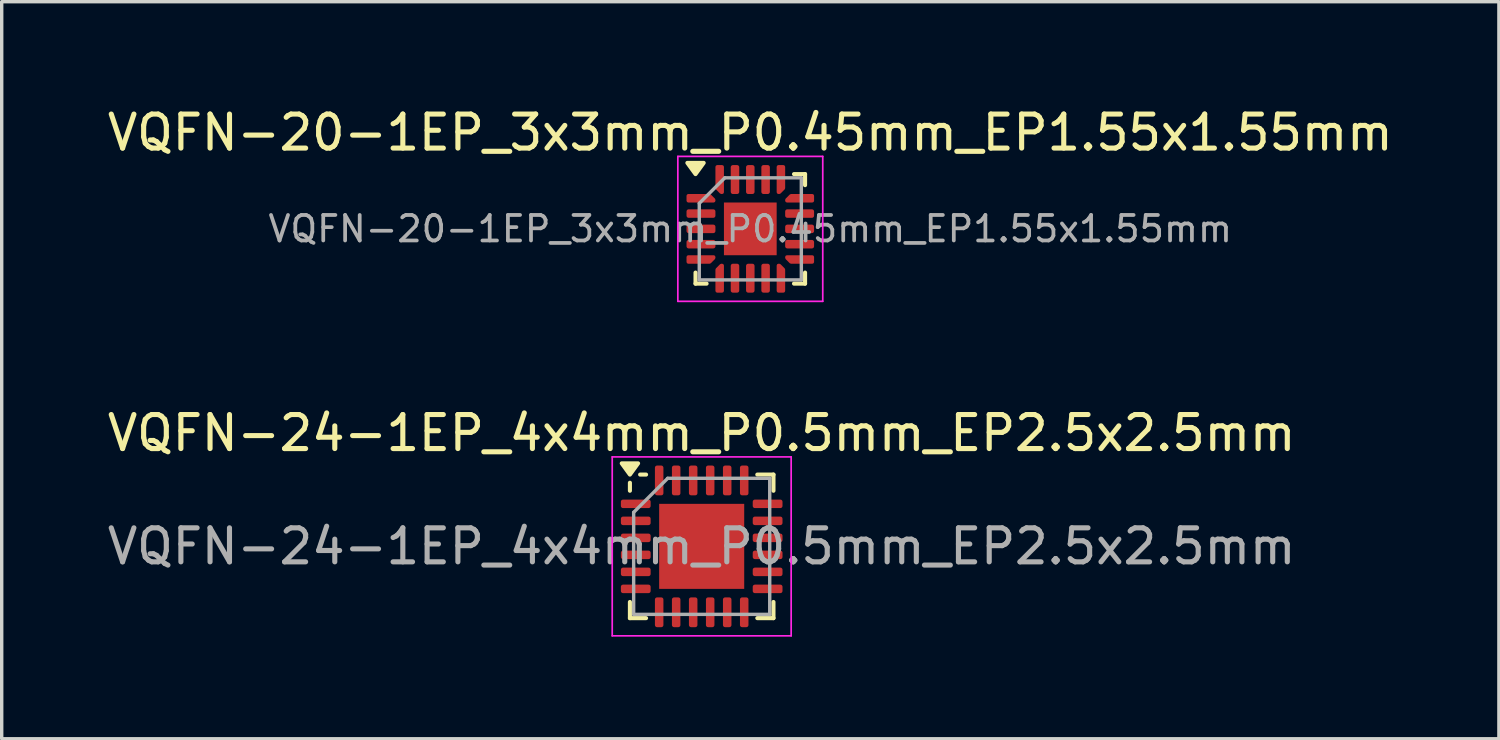
<source format=kicad_pcb>
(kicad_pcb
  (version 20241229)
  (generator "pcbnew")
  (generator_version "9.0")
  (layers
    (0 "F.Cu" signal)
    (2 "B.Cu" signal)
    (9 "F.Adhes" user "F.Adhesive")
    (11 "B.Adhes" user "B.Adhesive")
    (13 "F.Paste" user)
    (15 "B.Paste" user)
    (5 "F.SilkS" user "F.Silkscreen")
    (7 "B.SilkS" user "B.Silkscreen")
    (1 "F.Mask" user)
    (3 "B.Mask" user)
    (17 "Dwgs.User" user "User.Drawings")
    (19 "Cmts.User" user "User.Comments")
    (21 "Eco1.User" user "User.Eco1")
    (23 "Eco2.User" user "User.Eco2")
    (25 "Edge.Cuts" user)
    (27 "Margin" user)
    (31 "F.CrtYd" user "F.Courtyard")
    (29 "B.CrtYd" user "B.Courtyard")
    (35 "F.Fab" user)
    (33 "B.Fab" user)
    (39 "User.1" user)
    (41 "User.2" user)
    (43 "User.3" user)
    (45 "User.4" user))
  (footprint "VQFN-24-1EP_4x4mm_P0.5mm_EP2.5x2.5mm"
    (layer "F.Cu")
    (at 17.577 13.011)
    (property "Reference" "VQFN-24-1EP_4x4mm_P0.5mm_EP2.5x2.5mm" (at 0 -3.33 0) (layer "F.SilkS") (effects (font (size 1 1) (thickness 0.15))))
    (attr smd)
    (fp_line (start -2.11 -1.635) (end -2.11 -1.87) (stroke (width 0.12) (type solid)) (layer "F.SilkS"))
    (fp_line (start -2.11 2.11) (end -2.11 1.635) (stroke (width 0.12) (type solid)) (layer "F.SilkS"))
    (fp_line (start -1.635 -2.11) (end -1.81 -2.11) (stroke (width 0.12) (type solid)) (layer "F.SilkS"))
    (fp_line (start -1.635 2.11) (end -2.11 2.11) (stroke (width 0.12) (type solid)) (layer "F.SilkS"))
    (fp_line (start 1.635 -2.11) (end 2.11 -2.11) (stroke (width 0.12) (type solid)) (layer "F.SilkS"))
    (fp_line (start 1.635 2.11) (end 2.11 2.11) (stroke (width 0.12) (type solid)) (layer "F.SilkS"))
    (fp_line (start 2.11 -2.11) (end 2.11 -1.635) (stroke (width 0.12) (type solid)) (layer "F.SilkS"))
    (fp_line (start 2.11 2.11) (end 2.11 1.635) (stroke (width 0.12) (type solid)) (layer "F.SilkS"))
    (fp_poly (pts (xy -2.11 -2.11) (xy -2.35 -2.44) (xy -1.87 -2.44) (xy -2.11 -2.11)) (stroke (width 0.12) (type solid)) (fill yes) (layer "F.SilkS"))
    (fp_line (start -2.63 -2.63) (end -2.63 2.63) (stroke (width 0.05) (type solid)) (layer "F.CrtYd"))
    (fp_line (start -2.63 2.63) (end 2.63 2.63) (stroke (width 0.05) (type solid)) (layer "F.CrtYd"))
    (fp_line (start 2.63 -2.63) (end -2.63 -2.63) (stroke (width 0.05) (type solid)) (layer "F.CrtYd"))
    (fp_line (start 2.63 2.63) (end 2.63 -2.63) (stroke (width 0.05) (type solid)) (layer "F.CrtYd"))
    (fp_line (start -2 -1) (end -1 -2) (stroke (width 0.1) (type solid)) (layer "F.Fab"))
    (fp_line (start -2 2) (end -2 -1) (stroke (width 0.1) (type solid)) (layer "F.Fab"))
    (fp_line (start -1 -2) (end 2 -2) (stroke (width 0.1) (type solid)) (layer "F.Fab"))
    (fp_line (start 2 -2) (end 2 2) (stroke (width 0.1) (type solid)) (layer "F.Fab"))
    (fp_line (start 2 2) (end -2 2) (stroke (width 0.1) (type solid)) (layer "F.Fab"))
    (fp_text user "${REFERENCE}" (at 0 0 0) (layer "F.Fab") (effects (font (size 1 1) (thickness 0.15))))
    (pad "" smd roundrect (at -0.625 -0.625) (size 1.01 1.01) (layers "F.Paste") (roundrect_rratio 0.248))
    (pad "" smd roundrect (at -0.625 0.625) (size 1.01 1.01) (layers "F.Paste") (roundrect_rratio 0.248))
    (pad "" smd roundrect (at 0.625 -0.625) (size 1.01 1.01) (layers "F.Paste") (roundrect_rratio 0.248))
    (pad "" smd roundrect (at 0.625 0.625) (size 1.01 1.01) (layers "F.Paste") (roundrect_rratio 0.248))
    (pad "1" smd roundrect (at -1.938 -1.25) (size 0.875 0.25) (layers "F.Cu" "F.Mask" "F.Paste") (roundrect_rratio 0.25))
    (pad "2" smd roundrect (at -1.938 -0.75) (size 0.875 0.25) (layers "F.Cu" "F.Mask" "F.Paste") (roundrect_rratio 0.25))
    (pad "3" smd roundrect (at -1.938 -0.25) (size 0.875 0.25) (layers "F.Cu" "F.Mask" "F.Paste") (roundrect_rratio 0.25))
    (pad "4" smd roundrect (at -1.938 0.25) (size 0.875 0.25) (layers "F.Cu" "F.Mask" "F.Paste") (roundrect_rratio 0.25))
    (pad "5" smd roundrect (at -1.938 0.75) (size 0.875 0.25) (layers "F.Cu" "F.Mask" "F.Paste") (roundrect_rratio 0.25))
    (pad "6" smd roundrect (at -1.938 1.25) (size 0.875 0.25) (layers "F.Cu" "F.Mask" "F.Paste") (roundrect_rratio 0.25))
    (pad "7" smd roundrect (at -1.25 1.938) (size 0.25 0.875) (layers "F.Cu" "F.Mask" "F.Paste") (roundrect_rratio 0.25))
    (pad "8" smd roundrect (at -0.75 1.938) (size 0.25 0.875) (layers "F.Cu" "F.Mask" "F.Paste") (roundrect_rratio 0.25))
    (pad "9" smd roundrect (at -0.25 1.938) (size 0.25 0.875) (layers "F.Cu" "F.Mask" "F.Paste") (roundrect_rratio 0.25))
    (pad "10" smd roundrect (at 0.25 1.938) (size 0.25 0.875) (layers "F.Cu" "F.Mask" "F.Paste") (roundrect_rratio 0.25))
    (pad "11" smd roundrect (at 0.75 1.938) (size 0.25 0.875) (layers "F.Cu" "F.Mask" "F.Paste") (roundrect_rratio 0.25))
    (pad "12" smd roundrect (at 1.25 1.938) (size 0.25 0.875) (layers "F.Cu" "F.Mask" "F.Paste") (roundrect_rratio 0.25))
    (pad "13" smd roundrect (at 1.938 1.25) (size 0.875 0.25) (layers "F.Cu" "F.Mask" "F.Paste") (roundrect_rratio 0.25))
    (pad "14" smd roundrect (at 1.938 0.75) (size 0.875 0.25) (layers "F.Cu" "F.Mask" "F.Paste") (roundrect_rratio 0.25))
    (pad "15" smd roundrect (at 1.938 0.25) (size 0.875 0.25) (layers "F.Cu" "F.Mask" "F.Paste") (roundrect_rratio 0.25))
    (pad "16" smd roundrect (at 1.938 -0.25) (size 0.875 0.25) (layers "F.Cu" "F.Mask" "F.Paste") (roundrect_rratio 0.25))
    (pad "17" smd roundrect (at 1.938 -0.75) (size 0.875 0.25) (layers "F.Cu" "F.Mask" "F.Paste") (roundrect_rratio 0.25))
    (pad "18" smd roundrect (at 1.938 -1.25) (size 0.875 0.25) (layers "F.Cu" "F.Mask" "F.Paste") (roundrect_rratio 0.25))
    (pad "19" smd roundrect (at 1.25 -1.938) (size 0.25 0.875) (layers "F.Cu" "F.Mask" "F.Paste") (roundrect_rratio 0.25))
    (pad "20" smd roundrect (at 0.75 -1.938) (size 0.25 0.875) (layers "F.Cu" "F.Mask" "F.Paste") (roundrect_rratio 0.25))
    (pad "21" smd roundrect (at 0.25 -1.938) (size 0.25 0.875) (layers "F.Cu" "F.Mask" "F.Paste") (roundrect_rratio 0.25))
    (pad "22" smd roundrect (at -0.25 -1.938) (size 0.25 0.875) (layers "F.Cu" "F.Mask" "F.Paste") (roundrect_rratio 0.25))
    (pad "23" smd roundrect (at -0.75 -1.938) (size 0.25 0.875) (layers "F.Cu" "F.Mask" "F.Paste") (roundrect_rratio 0.25))
    (pad "24" smd roundrect (at -1.25 -1.938) (size 0.25 0.875) (layers "F.Cu" "F.Mask" "F.Paste") (roundrect_rratio 0.25))
    (pad "25" smd rect (at 0 0) (size 2.5 2.5) (property pad_prop_heatsink) (layers "F.Cu" "F.Mask")))
  (footprint "VQFN-20-1EP_3x3mm_P0.45mm_EP1.55x1.55mm"
    (layer "F.Cu")
    (at 19.006 3.678)
    (property "Reference" "VQFN-20-1EP_3x3mm_P0.45mm_EP1.55x1.55mm" (at 0 -2.83 0) (layer "F.SilkS") (effects (font (size 1 1) (thickness 0.15))))
    (attr smd)
    (fp_line (start -1.61 1.61) (end -1.61 1.285) (stroke (width 0.12) (type solid)) (layer "F.SilkS"))
    (fp_line (start -1.285 1.61) (end -1.61 1.61) (stroke (width 0.12) (type solid)) (layer "F.SilkS"))
    (fp_line (start 1.285 -1.61) (end 1.61 -1.61) (stroke (width 0.12) (type solid)) (layer "F.SilkS"))
    (fp_line (start 1.285 1.61) (end 1.61 1.61) (stroke (width 0.12) (type solid)) (layer "F.SilkS"))
    (fp_line (start 1.61 -1.61) (end 1.61 -1.285) (stroke (width 0.12) (type solid)) (layer "F.SilkS"))
    (fp_line (start 1.61 1.61) (end 1.61 1.285) (stroke (width 0.12) (type solid)) (layer "F.SilkS"))
    (fp_poly (pts (xy -1.61 -1.61) (xy -1.85 -1.94) (xy -1.37 -1.94) (xy -1.61 -1.61)) (stroke (width 0.12) (type solid)) (fill yes) (layer "F.SilkS"))
    (fp_line (start -2.13 -2.13) (end -2.13 2.13) (stroke (width 0.05) (type solid)) (layer "F.CrtYd"))
    (fp_line (start -2.13 2.13) (end 2.13 2.13) (stroke (width 0.05) (type solid)) (layer "F.CrtYd"))
    (fp_line (start 2.13 -2.13) (end -2.13 -2.13) (stroke (width 0.05) (type solid)) (layer "F.CrtYd"))
    (fp_line (start 2.13 2.13) (end 2.13 -2.13) (stroke (width 0.05) (type solid)) (layer "F.CrtYd"))
    (fp_line (start -1.5 -0.75) (end -0.75 -1.5) (stroke (width 0.1) (type solid)) (layer "F.Fab"))
    (fp_line (start -1.5 1.5) (end -1.5 -0.75) (stroke (width 0.1) (type solid)) (layer "F.Fab"))
    (fp_line (start -0.75 -1.5) (end 1.5 -1.5) (stroke (width 0.1) (type solid)) (layer "F.Fab"))
    (fp_line (start 1.5 -1.5) (end 1.5 1.5) (stroke (width 0.1) (type solid)) (layer "F.Fab"))
    (fp_line (start 1.5 1.5) (end -1.5 1.5) (stroke (width 0.1) (type solid)) (layer "F.Fab"))
    (fp_text user "${REFERENCE}" (at 0 0 0) (layer "F.Fab") (effects (font (size 0.75 0.75) (thickness 0.11))))
    (pad "" smd roundrect (at -0.39 -0.39) (size 0.62 0.62) (layers "F.Paste") (roundrect_rratio 0.25))
    (pad "" smd roundrect (at -0.39 0.39) (size 0.62 0.62) (layers "F.Paste") (roundrect_rratio 0.25))
    (pad "" smd roundrect (at 0.39 -0.39) (size 0.62 0.62) (layers "F.Paste") (roundrect_rratio 0.25))
    (pad "" smd roundrect (at 0.39 0.39) (size 0.62 0.62) (layers "F.Paste") (roundrect_rratio 0.25))
    (pad "1" smd custom (at -1.45 -0.9) (size 0.144 0.144) (layers "F.Cu" "F.Mask" "F.Paste") (options (anchor circle)) (primitives (gr_poly (pts (xy -0.375 -0.075) (xy 0.254 -0.075) (xy 0.375 0.046) (xy 0.375 0.075) (xy -0.375 0.075)) (width 0.1) (fill yes))))
    (pad "2" smd roundrect (at -1.45 -0.45) (size 0.85 0.25) (layers "F.Cu" "F.Mask" "F.Paste") (roundrect_rratio 0.25))
    (pad "3" smd roundrect (at -1.45 0) (size 0.85 0.25) (layers "F.Cu" "F.Mask" "F.Paste") (roundrect_rratio 0.25))
    (pad "4" smd roundrect (at -1.45 0.45) (size 0.85 0.25) (layers "F.Cu" "F.Mask" "F.Paste") (roundrect_rratio 0.25))
    (pad "5" smd custom (at -1.45 0.9) (size 0.144 0.144) (layers "F.Cu" "F.Mask" "F.Paste") (options (anchor circle)) (primitives (gr_poly (pts (xy -0.375 -0.075) (xy 0.375 -0.075) (xy 0.375 -0.046) (xy 0.254 0.075) (xy -0.375 0.075)) (width 0.1) (fill yes))))
    (pad "6" smd custom (at -0.9 1.45) (size 0.144 0.144) (layers "F.Cu" "F.Mask" "F.Paste") (options (anchor circle)) (primitives (gr_poly (pts (xy -0.075 -0.254) (xy 0.046 -0.375) (xy 0.075 -0.375) (xy 0.075 0.375) (xy -0.075 0.375)) (width 0.1) (fill yes))))
    (pad "7" smd roundrect (at -0.45 1.45) (size 0.25 0.85) (layers "F.Cu" "F.Mask" "F.Paste") (roundrect_rratio 0.25))
    (pad "8" smd roundrect (at 0 1.45) (size 0.25 0.85) (layers "F.Cu" "F.Mask" "F.Paste") (roundrect_rratio 0.25))
    (pad "9" smd roundrect (at 0.45 1.45) (size 0.25 0.85) (layers "F.Cu" "F.Mask" "F.Paste") (roundrect_rratio 0.25))
    (pad "10" smd custom (at 0.9 1.45) (size 0.144 0.144) (layers "F.Cu" "F.Mask" "F.Paste") (options (anchor circle)) (primitives (gr_poly (pts (xy -0.075 -0.375) (xy -0.046 -0.375) (xy 0.075 -0.254) (xy 0.075 0.375) (xy -0.075 0.375)) (width 0.1) (fill yes))))
    (pad "11" smd custom (at 1.45 0.9) (size 0.144 0.144) (layers "F.Cu" "F.Mask" "F.Paste") (options (anchor circle)) (primitives (gr_poly (pts (xy -0.375 -0.075) (xy 0.375 -0.075) (xy 0.375 0.075) (xy -0.254 0.075) (xy -0.375 -0.046)) (width 0.1) (fill yes))))
    (pad "12" smd roundrect (at 1.45 0.45) (size 0.85 0.25) (layers "F.Cu" "F.Mask" "F.Paste") (roundrect_rratio 0.25))
    (pad "13" smd roundrect (at 1.45 0) (size 0.85 0.25) (layers "F.Cu" "F.Mask" "F.Paste") (roundrect_rratio 0.25))
    (pad "14" smd roundrect (at 1.45 -0.45) (size 0.85 0.25) (layers "F.Cu" "F.Mask" "F.Paste") (roundrect_rratio 0.25))
    (pad "15" smd custom (at 1.45 -0.9) (size 0.144 0.144) (layers "F.Cu" "F.Mask" "F.Paste") (options (anchor circle)) (primitives (gr_poly (pts (xy -0.375 0.046) (xy -0.254 -0.075) (xy 0.375 -0.075) (xy 0.375 0.075) (xy -0.375 0.075)) (width 0.1) (fill yes))))
    (pad "16" smd custom (at 0.9 -1.45) (size 0.144 0.144) (layers "F.Cu" "F.Mask" "F.Paste") (options (anchor circle)) (primitives (gr_poly (pts (xy -0.075 -0.375) (xy 0.075 -0.375) (xy 0.075 0.254) (xy -0.046 0.375) (xy -0.075 0.375)) (width 0.1) (fill yes))))
    (pad "17" smd roundrect (at 0.45 -1.45) (size 0.25 0.85) (layers "F.Cu" "F.Mask" "F.Paste") (roundrect_rratio 0.25))
    (pad "18" smd roundrect (at 0 -1.45) (size 0.25 0.85) (layers "F.Cu" "F.Mask" "F.Paste") (roundrect_rratio 0.25))
    (pad "19" smd roundrect (at -0.45 -1.45) (size 0.25 0.85) (layers "F.Cu" "F.Mask" "F.Paste") (roundrect_rratio 0.25))
    (pad "20" smd custom (at -0.9 -1.45) (size 0.144 0.144) (layers "F.Cu" "F.Mask" "F.Paste") (options (anchor circle)) (primitives (gr_poly (pts (xy -0.075 -0.375) (xy 0.075 -0.375) (xy 0.075 0.375) (xy 0.046 0.375) (xy -0.075 0.254)) (width 0.1) (fill yes))))
    (pad "21" smd rect (at 0 0) (size 1.55 1.55) (property pad_prop_heatsink) (layers "F.Cu" "F.Mask")))
  (gr_rect
    (start -3 -3)
    (end 41.012 18.666)
    (stroke (width 0.1) (type default))
    (fill no)
    (layer "Edge.Cuts")))
</source>
